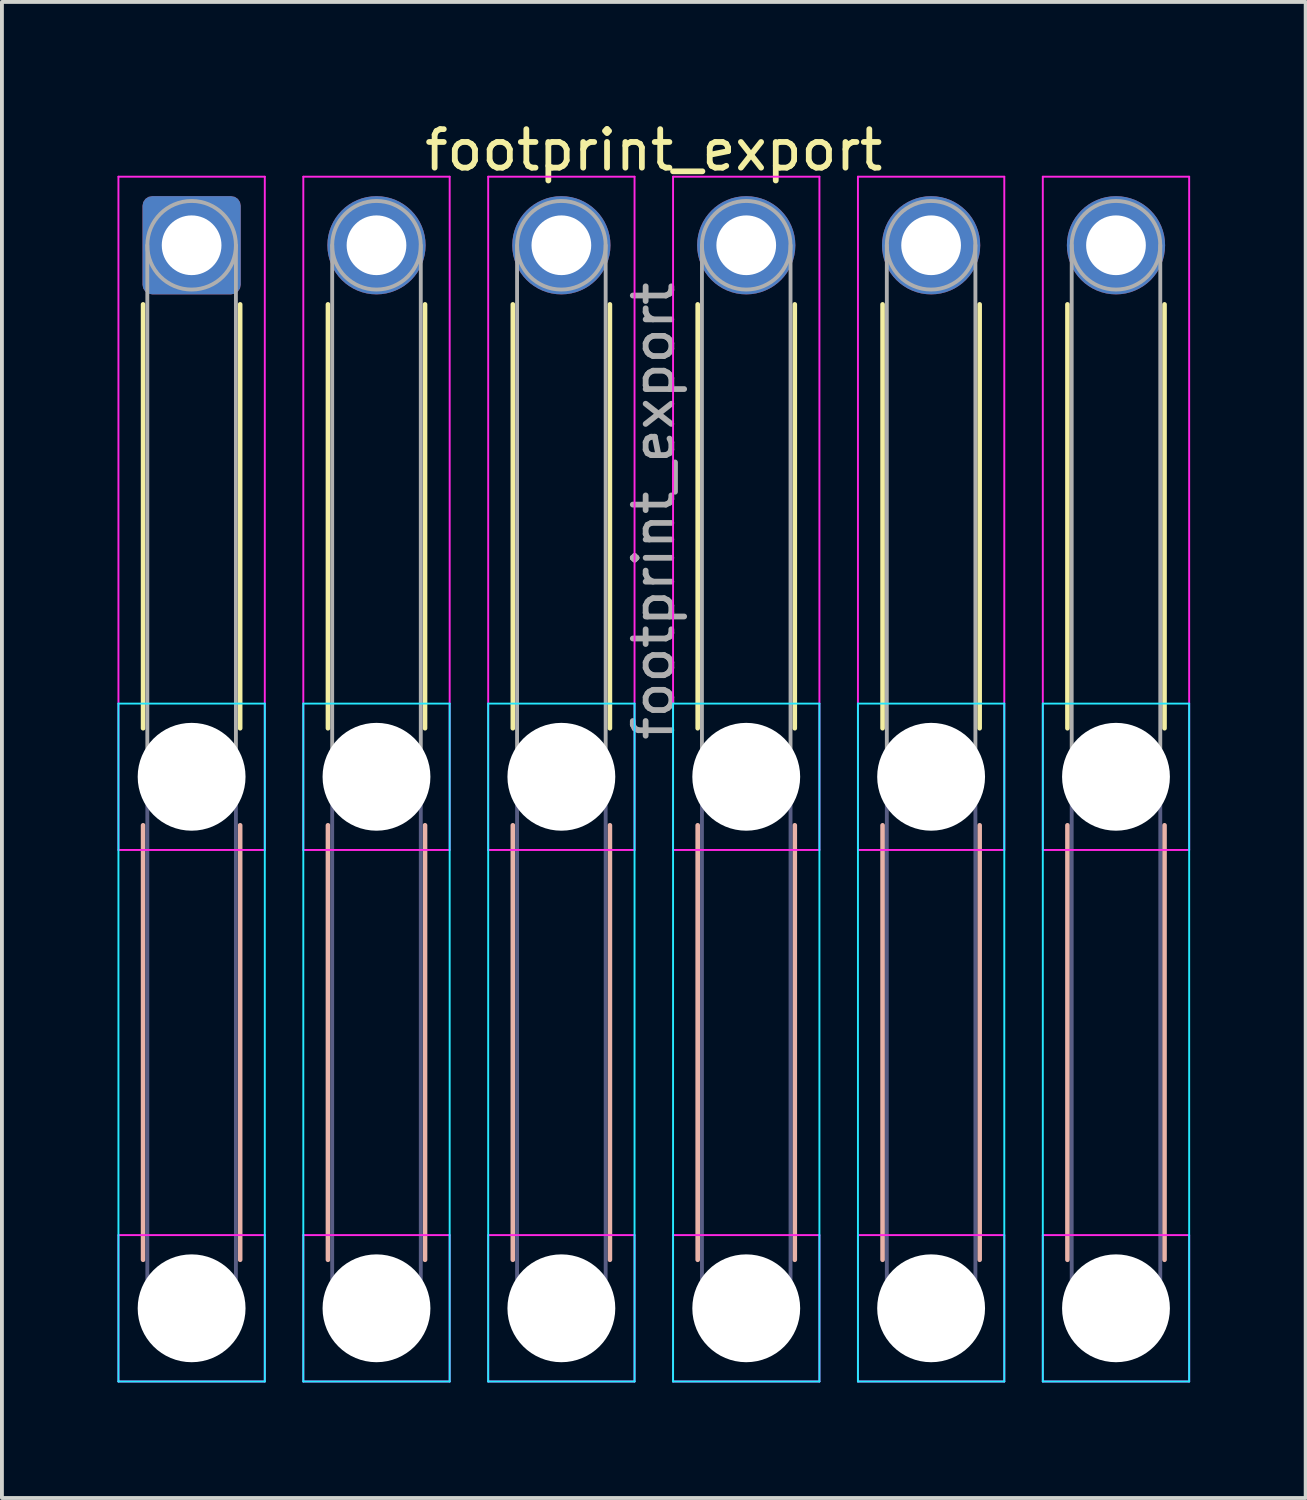
<source format=kicad_pcb>
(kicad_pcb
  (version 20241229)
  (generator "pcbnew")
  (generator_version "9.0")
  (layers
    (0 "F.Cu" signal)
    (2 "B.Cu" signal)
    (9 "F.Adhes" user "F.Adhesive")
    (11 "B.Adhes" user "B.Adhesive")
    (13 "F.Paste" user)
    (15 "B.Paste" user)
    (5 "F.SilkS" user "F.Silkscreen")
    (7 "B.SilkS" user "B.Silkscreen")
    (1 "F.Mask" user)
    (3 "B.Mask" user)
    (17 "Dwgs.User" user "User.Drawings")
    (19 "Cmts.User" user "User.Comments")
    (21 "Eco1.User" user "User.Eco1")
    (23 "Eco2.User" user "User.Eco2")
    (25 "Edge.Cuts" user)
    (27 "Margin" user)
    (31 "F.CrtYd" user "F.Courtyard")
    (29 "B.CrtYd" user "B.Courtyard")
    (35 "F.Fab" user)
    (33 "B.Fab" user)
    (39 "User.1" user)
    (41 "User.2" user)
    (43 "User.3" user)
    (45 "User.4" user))
  (footprint "footprint_export"
    (layer "F.Cu")
    (at 1.925 3.318)
    (property "Reference" "footprint_export" (at 12 -2.47 0) (layer "F.SilkS") (effects (font (size 1 1) (thickness 0.15))))
    (attr exclude_from_pos_files exclude_from_bom)
    (fp_line (start -1.26 1.535) (end -1.26 12.54) (stroke (width 0.12) (type solid)) (layer "F.SilkS"))
    (fp_line (start 1.26 1.535) (end 1.26 12.54) (stroke (width 0.12) (type solid)) (layer "F.SilkS"))
    (fp_line (start 3.54 1.535) (end 3.54 12.54) (stroke (width 0.12) (type solid)) (layer "F.SilkS"))
    (fp_line (start 6.06 1.535) (end 6.06 12.54) (stroke (width 0.12) (type solid)) (layer "F.SilkS"))
    (fp_line (start 8.34 1.535) (end 8.34 12.54) (stroke (width 0.12) (type solid)) (layer "F.SilkS"))
    (fp_line (start 10.86 1.535) (end 10.86 12.54) (stroke (width 0.12) (type solid)) (layer "F.SilkS"))
    (fp_line (start 13.14 1.535) (end 13.14 12.54) (stroke (width 0.12) (type solid)) (layer "F.SilkS"))
    (fp_line (start 15.66 1.535) (end 15.66 12.54) (stroke (width 0.12) (type solid)) (layer "F.SilkS"))
    (fp_line (start 17.94 1.535) (end 17.94 12.54) (stroke (width 0.12) (type solid)) (layer "F.SilkS"))
    (fp_line (start 20.46 1.535) (end 20.46 12.54) (stroke (width 0.12) (type solid)) (layer "F.SilkS"))
    (fp_line (start 22.74 1.535) (end 22.74 12.54) (stroke (width 0.12) (type solid)) (layer "F.SilkS"))
    (fp_line (start 25.26 1.535) (end 25.26 12.54) (stroke (width 0.12) (type solid)) (layer "F.SilkS"))
    (fp_line (start -1.26 15.06) (end -1.26 26.34) (stroke (width 0.12) (type solid)) (layer "B.SilkS"))
    (fp_line (start 1.26 15.06) (end 1.26 26.34) (stroke (width 0.12) (type solid)) (layer "B.SilkS"))
    (fp_line (start 3.54 15.06) (end 3.54 26.34) (stroke (width 0.12) (type solid)) (layer "B.SilkS"))
    (fp_line (start 6.06 15.06) (end 6.06 26.34) (stroke (width 0.12) (type solid)) (layer "B.SilkS"))
    (fp_line (start 8.34 15.06) (end 8.34 26.34) (stroke (width 0.12) (type solid)) (layer "B.SilkS"))
    (fp_line (start 10.86 15.06) (end 10.86 26.34) (stroke (width 0.12) (type solid)) (layer "B.SilkS"))
    (fp_line (start 13.14 15.06) (end 13.14 26.34) (stroke (width 0.12) (type solid)) (layer "B.SilkS"))
    (fp_line (start 15.66 15.06) (end 15.66 26.34) (stroke (width 0.12) (type solid)) (layer "B.SilkS"))
    (fp_line (start 17.94 15.06) (end 17.94 26.34) (stroke (width 0.12) (type solid)) (layer "B.SilkS"))
    (fp_line (start 20.46 15.06) (end 20.46 26.34) (stroke (width 0.12) (type solid)) (layer "B.SilkS"))
    (fp_line (start 22.74 15.06) (end 22.74 26.34) (stroke (width 0.12) (type solid)) (layer "B.SilkS"))
    (fp_line (start 25.26 15.06) (end 25.26 26.34) (stroke (width 0.12) (type solid)) (layer "B.SilkS"))
    (fp_line (start -1.9 11.9) (end -1.9 29.5) (stroke (width 0.05) (type solid)) (layer "B.CrtYd"))
    (fp_line (start -1.9 29.5) (end 1.9 29.5) (stroke (width 0.05) (type solid)) (layer "B.CrtYd"))
    (fp_line (start 1.9 11.9) (end -1.9 11.9) (stroke (width 0.05) (type solid)) (layer "B.CrtYd"))
    (fp_line (start 1.9 29.5) (end 1.9 11.9) (stroke (width 0.05) (type solid)) (layer "B.CrtYd"))
    (fp_line (start 2.9 11.9) (end 2.9 29.5) (stroke (width 0.05) (type solid)) (layer "B.CrtYd"))
    (fp_line (start 2.9 29.5) (end 6.7 29.5) (stroke (width 0.05) (type solid)) (layer "B.CrtYd"))
    (fp_line (start 6.7 11.9) (end 2.9 11.9) (stroke (width 0.05) (type solid)) (layer "B.CrtYd"))
    (fp_line (start 6.7 29.5) (end 6.7 11.9) (stroke (width 0.05) (type solid)) (layer "B.CrtYd"))
    (fp_line (start 7.7 11.9) (end 7.7 29.5) (stroke (width 0.05) (type solid)) (layer "B.CrtYd"))
    (fp_line (start 7.7 29.5) (end 11.5 29.5) (stroke (width 0.05) (type solid)) (layer "B.CrtYd"))
    (fp_line (start 11.5 11.9) (end 7.7 11.9) (stroke (width 0.05) (type solid)) (layer "B.CrtYd"))
    (fp_line (start 11.5 29.5) (end 11.5 11.9) (stroke (width 0.05) (type solid)) (layer "B.CrtYd"))
    (fp_line (start 12.5 11.9) (end 12.5 29.5) (stroke (width 0.05) (type solid)) (layer "B.CrtYd"))
    (fp_line (start 12.5 29.5) (end 16.3 29.5) (stroke (width 0.05) (type solid)) (layer "B.CrtYd"))
    (fp_line (start 16.3 11.9) (end 12.5 11.9) (stroke (width 0.05) (type solid)) (layer "B.CrtYd"))
    (fp_line (start 16.3 29.5) (end 16.3 11.9) (stroke (width 0.05) (type solid)) (layer "B.CrtYd"))
    (fp_line (start 17.3 11.9) (end 17.3 29.5) (stroke (width 0.05) (type solid)) (layer "B.CrtYd"))
    (fp_line (start 17.3 29.5) (end 21.1 29.5) (stroke (width 0.05) (type solid)) (layer "B.CrtYd"))
    (fp_line (start 21.1 11.9) (end 17.3 11.9) (stroke (width 0.05) (type solid)) (layer "B.CrtYd"))
    (fp_line (start 21.1 29.5) (end 21.1 11.9) (stroke (width 0.05) (type solid)) (layer "B.CrtYd"))
    (fp_line (start 22.1 11.9) (end 22.1 29.5) (stroke (width 0.05) (type solid)) (layer "B.CrtYd"))
    (fp_line (start 22.1 29.5) (end 25.9 29.5) (stroke (width 0.05) (type solid)) (layer "B.CrtYd"))
    (fp_line (start 25.9 11.9) (end 22.1 11.9) (stroke (width 0.05) (type solid)) (layer "B.CrtYd"))
    (fp_line (start 25.9 29.5) (end 25.9 11.9) (stroke (width 0.05) (type solid)) (layer "B.CrtYd"))
    (fp_line (start -1.9 -1.78) (end -1.9 15.7) (stroke (width 0.05) (type solid)) (layer "F.CrtYd"))
    (fp_line (start -1.9 15.7) (end 1.9 15.7) (stroke (width 0.05) (type solid)) (layer "F.CrtYd"))
    (fp_line (start -1.9 25.7) (end -1.9 29.5) (stroke (width 0.05) (type solid)) (layer "F.CrtYd"))
    (fp_line (start -1.9 29.5) (end 1.9 29.5) (stroke (width 0.05) (type solid)) (layer "F.CrtYd"))
    (fp_line (start 1.9 -1.78) (end -1.9 -1.78) (stroke (width 0.05) (type solid)) (layer "F.CrtYd"))
    (fp_line (start 1.9 15.7) (end 1.9 -1.78) (stroke (width 0.05) (type solid)) (layer "F.CrtYd"))
    (fp_line (start 1.9 25.7) (end -1.9 25.7) (stroke (width 0.05) (type solid)) (layer "F.CrtYd"))
    (fp_line (start 1.9 29.5) (end 1.9 25.7) (stroke (width 0.05) (type solid)) (layer "F.CrtYd"))
    (fp_line (start 2.9 -1.78) (end 2.9 15.7) (stroke (width 0.05) (type solid)) (layer "F.CrtYd"))
    (fp_line (start 2.9 15.7) (end 6.7 15.7) (stroke (width 0.05) (type solid)) (layer "F.CrtYd"))
    (fp_line (start 2.9 25.7) (end 2.9 29.5) (stroke (width 0.05) (type solid)) (layer "F.CrtYd"))
    (fp_line (start 2.9 29.5) (end 6.7 29.5) (stroke (width 0.05) (type solid)) (layer "F.CrtYd"))
    (fp_line (start 6.7 -1.78) (end 2.9 -1.78) (stroke (width 0.05) (type solid)) (layer "F.CrtYd"))
    (fp_line (start 6.7 15.7) (end 6.7 -1.78) (stroke (width 0.05) (type solid)) (layer "F.CrtYd"))
    (fp_line (start 6.7 25.7) (end 2.9 25.7) (stroke (width 0.05) (type solid)) (layer "F.CrtYd"))
    (fp_line (start 6.7 29.5) (end 6.7 25.7) (stroke (width 0.05) (type solid)) (layer "F.CrtYd"))
    (fp_line (start 7.7 -1.78) (end 7.7 15.7) (stroke (width 0.05) (type solid)) (layer "F.CrtYd"))
    (fp_line (start 7.7 15.7) (end 11.5 15.7) (stroke (width 0.05) (type solid)) (layer "F.CrtYd"))
    (fp_line (start 7.7 25.7) (end 7.7 29.5) (stroke (width 0.05) (type solid)) (layer "F.CrtYd"))
    (fp_line (start 7.7 29.5) (end 11.5 29.5) (stroke (width 0.05) (type solid)) (layer "F.CrtYd"))
    (fp_line (start 11.5 -1.78) (end 7.7 -1.78) (stroke (width 0.05) (type solid)) (layer "F.CrtYd"))
    (fp_line (start 11.5 15.7) (end 11.5 -1.78) (stroke (width 0.05) (type solid)) (layer "F.CrtYd"))
    (fp_line (start 11.5 25.7) (end 7.7 25.7) (stroke (width 0.05) (type solid)) (layer "F.CrtYd"))
    (fp_line (start 11.5 29.5) (end 11.5 25.7) (stroke (width 0.05) (type solid)) (layer "F.CrtYd"))
    (fp_line (start 12.5 -1.78) (end 12.5 15.7) (stroke (width 0.05) (type solid)) (layer "F.CrtYd"))
    (fp_line (start 12.5 15.7) (end 16.3 15.7) (stroke (width 0.05) (type solid)) (layer "F.CrtYd"))
    (fp_line (start 12.5 25.7) (end 12.5 29.5) (stroke (width 0.05) (type solid)) (layer "F.CrtYd"))
    (fp_line (start 12.5 29.5) (end 16.3 29.5) (stroke (width 0.05) (type solid)) (layer "F.CrtYd"))
    (fp_line (start 16.3 -1.78) (end 12.5 -1.78) (stroke (width 0.05) (type solid)) (layer "F.CrtYd"))
    (fp_line (start 16.3 15.7) (end 16.3 -1.78) (stroke (width 0.05) (type solid)) (layer "F.CrtYd"))
    (fp_line (start 16.3 25.7) (end 12.5 25.7) (stroke (width 0.05) (type solid)) (layer "F.CrtYd"))
    (fp_line (start 16.3 29.5) (end 16.3 25.7) (stroke (width 0.05) (type solid)) (layer "F.CrtYd"))
    (fp_line (start 17.3 -1.78) (end 17.3 15.7) (stroke (width 0.05) (type solid)) (layer "F.CrtYd"))
    (fp_line (start 17.3 15.7) (end 21.1 15.7) (stroke (width 0.05) (type solid)) (layer "F.CrtYd"))
    (fp_line (start 17.3 25.7) (end 17.3 29.5) (stroke (width 0.05) (type solid)) (layer "F.CrtYd"))
    (fp_line (start 17.3 29.5) (end 21.1 29.5) (stroke (width 0.05) (type solid)) (layer "F.CrtYd"))
    (fp_line (start 21.1 -1.78) (end 17.3 -1.78) (stroke (width 0.05) (type solid)) (layer "F.CrtYd"))
    (fp_line (start 21.1 15.7) (end 21.1 -1.78) (stroke (width 0.05) (type solid)) (layer "F.CrtYd"))
    (fp_line (start 21.1 25.7) (end 17.3 25.7) (stroke (width 0.05) (type solid)) (layer "F.CrtYd"))
    (fp_line (start 21.1 29.5) (end 21.1 25.7) (stroke (width 0.05) (type solid)) (layer "F.CrtYd"))
    (fp_line (start 22.1 -1.78) (end 22.1 15.7) (stroke (width 0.05) (type solid)) (layer "F.CrtYd"))
    (fp_line (start 22.1 15.7) (end 25.9 15.7) (stroke (width 0.05) (type solid)) (layer "F.CrtYd"))
    (fp_line (start 22.1 25.7) (end 22.1 29.5) (stroke (width 0.05) (type solid)) (layer "F.CrtYd"))
    (fp_line (start 22.1 29.5) (end 25.9 29.5) (stroke (width 0.05) (type solid)) (layer "F.CrtYd"))
    (fp_line (start 25.9 -1.78) (end 22.1 -1.78) (stroke (width 0.05) (type solid)) (layer "F.CrtYd"))
    (fp_line (start 25.9 15.7) (end 25.9 -1.78) (stroke (width 0.05) (type solid)) (layer "F.CrtYd"))
    (fp_line (start 25.9 25.7) (end 22.1 25.7) (stroke (width 0.05) (type solid)) (layer "F.CrtYd"))
    (fp_line (start 25.9 29.5) (end 25.9 25.7) (stroke (width 0.05) (type solid)) (layer "F.CrtYd"))
    (fp_line (start -1.15 13.8) (end -1.15 27.6) (stroke (width 0.1) (type solid)) (layer "B.Fab"))
    (fp_line (start 1.15 13.8) (end 1.15 27.6) (stroke (width 0.1) (type solid)) (layer "B.Fab"))
    (fp_line (start 3.65 13.8) (end 3.65 27.6) (stroke (width 0.1) (type solid)) (layer "B.Fab"))
    (fp_line (start 5.95 13.8) (end 5.95 27.6) (stroke (width 0.1) (type solid)) (layer "B.Fab"))
    (fp_line (start 8.45 13.8) (end 8.45 27.6) (stroke (width 0.1) (type solid)) (layer "B.Fab"))
    (fp_line (start 10.75 13.8) (end 10.75 27.6) (stroke (width 0.1) (type solid)) (layer "B.Fab"))
    (fp_line (start 13.25 13.8) (end 13.25 27.6) (stroke (width 0.1) (type solid)) (layer "B.Fab"))
    (fp_line (start 15.55 13.8) (end 15.55 27.6) (stroke (width 0.1) (type solid)) (layer "B.Fab"))
    (fp_line (start 18.05 13.8) (end 18.05 27.6) (stroke (width 0.1) (type solid)) (layer "B.Fab"))
    (fp_line (start 20.35 13.8) (end 20.35 27.6) (stroke (width 0.1) (type solid)) (layer "B.Fab"))
    (fp_line (start 22.85 13.8) (end 22.85 27.6) (stroke (width 0.1) (type solid)) (layer "B.Fab"))
    (fp_line (start 25.15 13.8) (end 25.15 27.6) (stroke (width 0.1) (type solid)) (layer "B.Fab"))
    (fp_circle (center 0 13.8) (end 1.15 13.8) (stroke (width 0.1) (type solid)) (fill no) (layer "B.Fab"))
    (fp_circle (center 0 27.6) (end 1.15 27.6) (stroke (width 0.1) (type solid)) (fill no) (layer "B.Fab"))
    (fp_circle (center 4.8 13.8) (end 5.95 13.8) (stroke (width 0.1) (type solid)) (fill no) (layer "B.Fab"))
    (fp_circle (center 4.8 27.6) (end 5.95 27.6) (stroke (width 0.1) (type solid)) (fill no) (layer "B.Fab"))
    (fp_circle (center 9.6 13.8) (end 10.75 13.8) (stroke (width 0.1) (type solid)) (fill no) (layer "B.Fab"))
    (fp_circle (center 9.6 27.6) (end 10.75 27.6) (stroke (width 0.1) (type solid)) (fill no) (layer "B.Fab"))
    (fp_circle (center 14.4 13.8) (end 15.55 13.8) (stroke (width 0.1) (type solid)) (fill no) (layer "B.Fab"))
    (fp_circle (center 14.4 27.6) (end 15.55 27.6) (stroke (width 0.1) (type solid)) (fill no) (layer "B.Fab"))
    (fp_circle (center 19.2 13.8) (end 20.35 13.8) (stroke (width 0.1) (type solid)) (fill no) (layer "B.Fab"))
    (fp_circle (center 19.2 27.6) (end 20.35 27.6) (stroke (width 0.1) (type solid)) (fill no) (layer "B.Fab"))
    (fp_circle (center 24 13.8) (end 25.15 13.8) (stroke (width 0.1) (type solid)) (fill no) (layer "B.Fab"))
    (fp_circle (center 24 27.6) (end 25.15 27.6) (stroke (width 0.1) (type solid)) (fill no) (layer "B.Fab"))
    (fp_line (start -1.15 0) (end -1.15 13.8) (stroke (width 0.1) (type solid)) (layer "F.Fab"))
    (fp_line (start 1.15 0) (end 1.15 13.8) (stroke (width 0.1) (type solid)) (layer "F.Fab"))
    (fp_line (start 3.65 0) (end 3.65 13.8) (stroke (width 0.1) (type solid)) (layer "F.Fab"))
    (fp_line (start 5.95 0) (end 5.95 13.8) (stroke (width 0.1) (type solid)) (layer "F.Fab"))
    (fp_line (start 8.45 0) (end 8.45 13.8) (stroke (width 0.1) (type solid)) (layer "F.Fab"))
    (fp_line (start 10.75 0) (end 10.75 13.8) (stroke (width 0.1) (type solid)) (layer "F.Fab"))
    (fp_line (start 13.25 0) (end 13.25 13.8) (stroke (width 0.1) (type solid)) (layer "F.Fab"))
    (fp_line (start 15.55 0) (end 15.55 13.8) (stroke (width 0.1) (type solid)) (layer "F.Fab"))
    (fp_line (start 18.05 0) (end 18.05 13.8) (stroke (width 0.1) (type solid)) (layer "F.Fab"))
    (fp_line (start 20.35 0) (end 20.35 13.8) (stroke (width 0.1) (type solid)) (layer "F.Fab"))
    (fp_line (start 22.85 0) (end 22.85 13.8) (stroke (width 0.1) (type solid)) (layer "F.Fab"))
    (fp_line (start 25.15 0) (end 25.15 13.8) (stroke (width 0.1) (type solid)) (layer "F.Fab"))
    (fp_circle (center 0 0) (end 1.15 0) (stroke (width 0.1) (type solid)) (fill no) (layer "F.Fab"))
    (fp_circle (center 0 13.8) (end 1.15 13.8) (stroke (width 0.1) (type solid)) (fill no) (layer "F.Fab"))
    (fp_circle (center 0 27.6) (end 1.15 27.6) (stroke (width 0.1) (type solid)) (fill no) (layer "F.Fab"))
    (fp_circle (center 4.8 0) (end 5.95 0) (stroke (width 0.1) (type solid)) (fill no) (layer "F.Fab"))
    (fp_circle (center 4.8 13.8) (end 5.95 13.8) (stroke (width 0.1) (type solid)) (fill no) (layer "F.Fab"))
    (fp_circle (center 4.8 27.6) (end 5.95 27.6) (stroke (width 0.1) (type solid)) (fill no) (layer "F.Fab"))
    (fp_circle (center 9.6 0) (end 10.75 0) (stroke (width 0.1) (type solid)) (fill no) (layer "F.Fab"))
    (fp_circle (center 9.6 13.8) (end 10.75 13.8) (stroke (width 0.1) (type solid)) (fill no) (layer "F.Fab"))
    (fp_circle (center 9.6 27.6) (end 10.75 27.6) (stroke (width 0.1) (type solid)) (fill no) (layer "F.Fab"))
    (fp_circle (center 14.4 0) (end 15.55 0) (stroke (width 0.1) (type solid)) (fill no) (layer "F.Fab"))
    (fp_circle (center 14.4 13.8) (end 15.55 13.8) (stroke (width 0.1) (type solid)) (fill no) (layer "F.Fab"))
    (fp_circle (center 14.4 27.6) (end 15.55 27.6) (stroke (width 0.1) (type solid)) (fill no) (layer "F.Fab"))
    (fp_circle (center 19.2 0) (end 20.35 0) (stroke (width 0.1) (type solid)) (fill no) (layer "F.Fab"))
    (fp_circle (center 19.2 13.8) (end 20.35 13.8) (stroke (width 0.1) (type solid)) (fill no) (layer "F.Fab"))
    (fp_circle (center 19.2 27.6) (end 20.35 27.6) (stroke (width 0.1) (type solid)) (fill no) (layer "F.Fab"))
    (fp_circle (center 24 0) (end 25.15 0) (stroke (width 0.1) (type solid)) (fill no) (layer "F.Fab"))
    (fp_circle (center 24 13.8) (end 25.15 13.8) (stroke (width 0.1) (type solid)) (fill no) (layer "F.Fab"))
    (fp_circle (center 24 27.6) (end 25.15 27.6) (stroke (width 0.1) (type solid)) (fill no) (layer "F.Fab"))
    (fp_text user "${REFERENCE}" (at 12 6.9 90) (layer "F.Fab") (effects (font (size 1 1) (thickness 0.15))))
    (pad "" np_thru_hole circle (at 0 13.8) (size 2.8 2.8) (drill 2.8) (layers "*.Cu" "*.Mask"))
    (pad "" np_thru_hole circle (at 0 27.6) (size 2.8 2.8) (drill 2.8) (layers "*.Cu" "*.Mask"))
    (pad "" np_thru_hole circle (at 4.8 13.8) (size 2.8 2.8) (drill 2.8) (layers "*.Cu" "*.Mask"))
    (pad "" np_thru_hole circle (at 4.8 27.6) (size 2.8 2.8) (drill 2.8) (layers "*.Cu" "*.Mask"))
    (pad "" np_thru_hole circle (at 9.6 13.8) (size 2.8 2.8) (drill 2.8) (layers "*.Cu" "*.Mask"))
    (pad "" np_thru_hole circle (at 9.6 27.6) (size 2.8 2.8) (drill 2.8) (layers "*.Cu" "*.Mask"))
    (pad "" np_thru_hole circle (at 14.4 13.8) (size 2.8 2.8) (drill 2.8) (layers "*.Cu" "*.Mask"))
    (pad "" np_thru_hole circle (at 14.4 27.6) (size 2.8 2.8) (drill 2.8) (layers "*.Cu" "*.Mask"))
    (pad "" np_thru_hole circle (at 19.2 13.8) (size 2.8 2.8) (drill 2.8) (layers "*.Cu" "*.Mask"))
    (pad "" np_thru_hole circle (at 19.2 27.6) (size 2.8 2.8) (drill 2.8) (layers "*.Cu" "*.Mask"))
    (pad "" np_thru_hole circle (at 24 13.8) (size 2.8 2.8) (drill 2.8) (layers "*.Cu" "*.Mask"))
    (pad "" np_thru_hole circle (at 24 27.6) (size 2.8 2.8) (drill 2.8) (layers "*.Cu" "*.Mask"))
    (pad "1" thru_hole roundrect (at 0 0) (size 2.55 2.55) (drill 1.55) (layers "*.Cu" "*.Mask") (roundrect_rratio 0.098))
    (pad "2" thru_hole circle (at 4.8 0) (size 2.55 2.55) (drill 1.55) (layers "*.Cu" "*.Mask"))
    (pad "3" thru_hole circle (at 9.6 0) (size 2.55 2.55) (drill 1.55) (layers "*.Cu" "*.Mask"))
    (pad "4" thru_hole circle (at 14.4 0) (size 2.55 2.55) (drill 1.55) (layers "*.Cu" "*.Mask"))
    (pad "5" thru_hole circle (at 19.2 0) (size 2.55 2.55) (drill 1.55) (layers "*.Cu" "*.Mask"))
    (pad "6" thru_hole circle (at 24 0) (size 2.55 2.55) (drill 1.55) (layers "*.Cu" "*.Mask")))
  (gr_rect
    (start -3 -3)
    (end 30.85 35.843)
    (stroke (width 0.1) (type default))
    (fill no)
    (layer "Edge.Cuts")))
</source>
